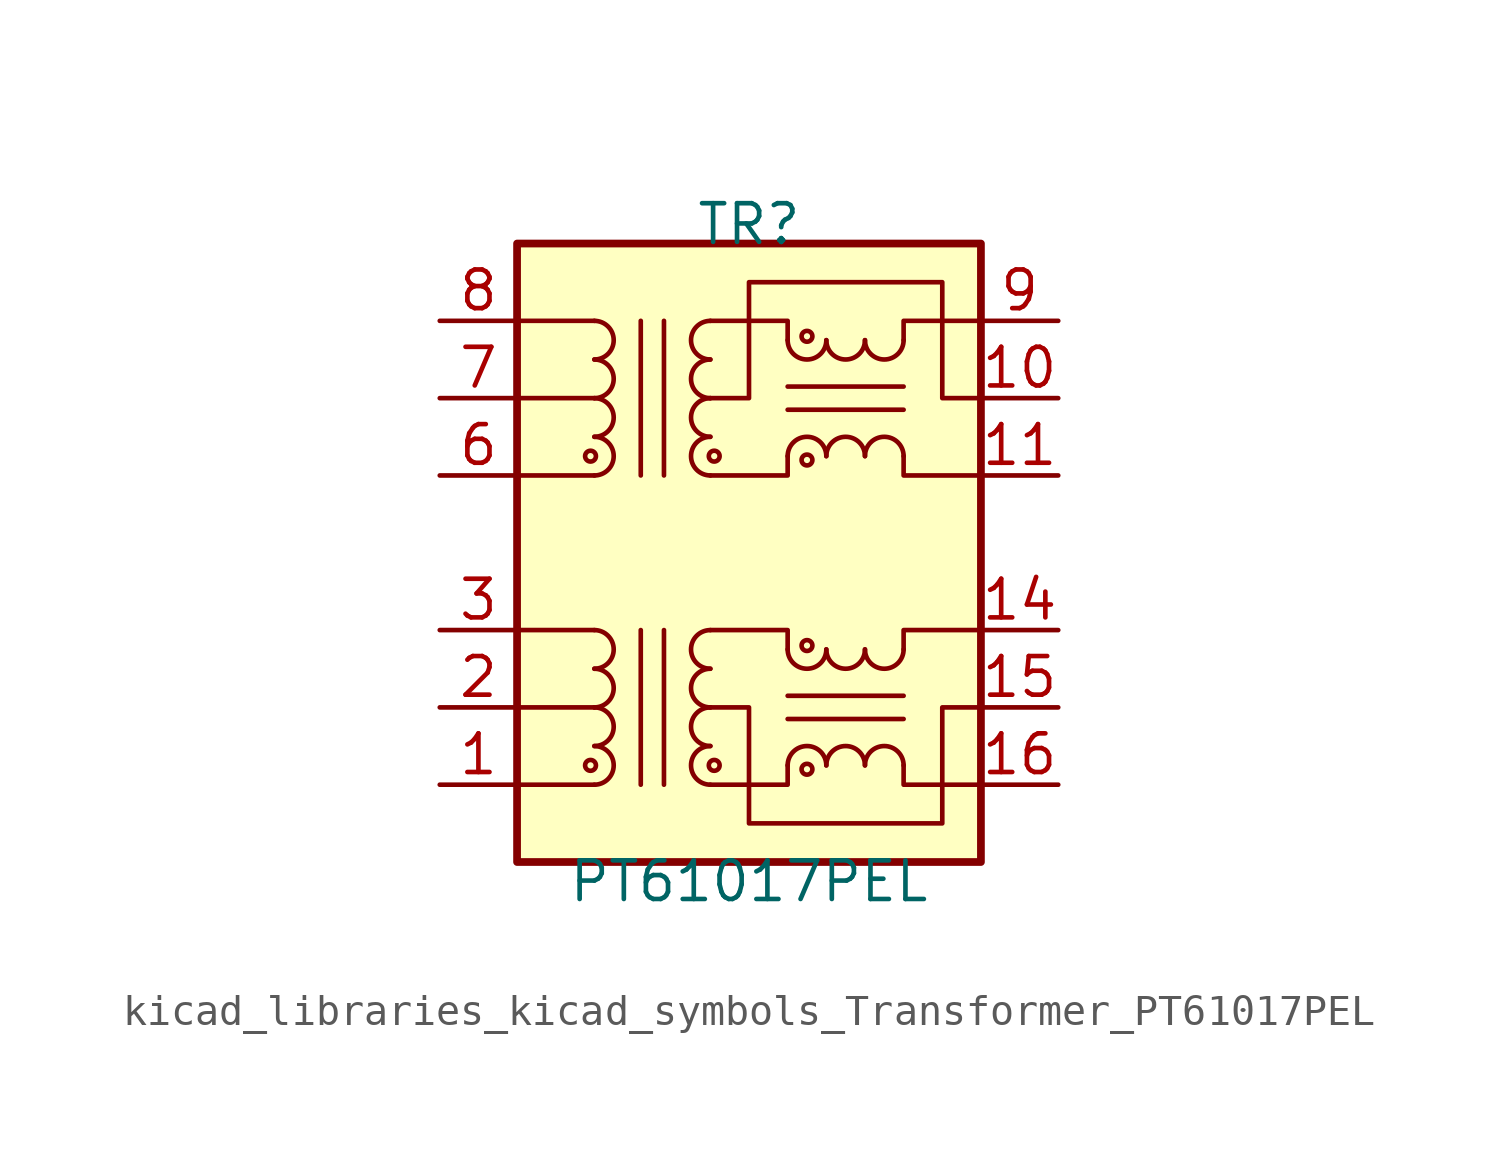
<source format=kicad_sym>
(kicad_symbol_lib
  (version 20220914)
  (generator kicad_symbol_editor)
  (symbol "kicad_libraries_kicad_symbols_Transformer_PT61017PEL"
    (pin_names hide)
    (property "Reference" "TR"
      (at 0 10.795 0)
      (effects (font (size 1.27 1.27))))
    (property "Value" "PT61017PEL"
      (at 0 -10.795 0)
      (effects (font (size 1.27 1.27))))
    (symbol "kicad_libraries_kicad_symbols_Transformer_PT61017PEL_0_1"
      (rectangle (start -7.62 10.16) (end 7.62 -10.16) (stroke (width 0.254) (type default)) (fill (type background)))
      (circle (center -5.207 3.175) (radius 0.178) (stroke (width 0) (type default)) (fill (type none)))
      (arc (start -5.08 6.35) (mid -4.4477 6.985) (end -5.08 7.62) (stroke (width 0) (type default)) (fill (type none)))
      (polyline (pts (xy -5.08 2.54) (xy -7.62 2.54)) (stroke (width 0) (type default)) (fill (type none)))
      (polyline (pts (xy -5.08 5.08) (xy -7.62 5.08)) (stroke (width 0) (type default)) (fill (type none)))
      (polyline (pts (xy -5.08 7.62) (xy -7.62 7.62)) (stroke (width 0) (type default)) (fill (type none)))
      (polyline (pts (xy -3.556 -2.54) (xy -3.556 -7.62)) (stroke (width 0) (type default)) (fill (type none)))
      (polyline (pts (xy -3.556 2.54) (xy -3.556 7.62)) (stroke (width 0) (type default)) (fill (type none)))
      (polyline (pts (xy -2.794 -7.62) (xy -2.794 -2.54)) (stroke (width 0) (type default)) (fill (type none)))
      (polyline (pts (xy -2.794 7.62) (xy -2.794 2.54)) (stroke (width 0) (type default)) (fill (type none)))
      (polyline (pts (xy 1.27 4.699) (xy 5.08 4.699)) (stroke (width 0) (type default)) (fill (type none)))
      (polyline (pts (xy 1.27 5.461) (xy 5.08 5.461)) (stroke (width 0) (type default)) (fill (type none)))
      (polyline (pts (xy -1.27 2.54) (xy 1.27 2.54) (xy 1.27 3.175)) (stroke (width 0) (type default)) (fill (type none)))
      (polyline (pts (xy 1.27 6.985) (xy 1.27 7.62) (xy -1.27 7.62)) (stroke (width 0) (type default)) (fill (type none)))
      (polyline (pts (xy 5.08 3.175) (xy 5.08 2.54) (xy 7.62 2.54)) (stroke (width 0) (type default)) (fill (type none)))
      (polyline (pts (xy 5.08 6.985) (xy 5.08 7.62) (xy 7.62 7.62)) (stroke (width 0) (type default)) (fill (type none)))
      (polyline (pts (xy -1.27 5.08) (xy 0 5.08) (xy 0 8.89) (xy 6.35 8.89) (xy 6.35 5.08) (xy 7.62 5.08)) (stroke (width 0) (type default)) (fill (type none))))
    (symbol "kicad_libraries_kicad_symbols_Transformer_PT61017PEL_1_1"
      (circle (center -5.207 -6.985) (radius 0.178) (stroke (width 0) (type default)) (fill (type none)))
      (arc (start -5.08 -7.62) (mid -4.4477 -6.985) (end -5.08 -6.35) (stroke (width 0) (type default)) (fill (type none)))
      (arc (start -5.08 -6.35) (mid -4.4477 -5.715) (end -5.08 -5.08) (stroke (width 0) (type default)) (fill (type none)))
      (arc (start -5.08 -5.08) (mid -4.4477 -4.445) (end -5.08 -3.81) (stroke (width 0) (type default)) (fill (type none)))
      (arc (start -5.08 -3.81) (mid -4.4477 -3.175) (end -5.08 -2.54) (stroke (width 0) (type default)) (fill (type none)))
      (arc (start -5.08 2.54) (mid -4.4477 3.175) (end -5.08 3.81) (stroke (width 0) (type default)) (fill (type none)))
      (arc (start -5.08 3.81) (mid -4.4477 4.445) (end -5.08 5.08) (stroke (width 0) (type default)) (fill (type none)))
      (arc (start -5.08 5.08) (mid -4.4477 5.715) (end -5.08 6.35) (stroke (width 0) (type default)) (fill (type none)))
      (arc (start -1.27 -6.35) (mid -1.9023 -6.985) (end -1.27 -7.62) (stroke (width 0) (type default)) (fill (type none)))
      (arc (start -1.27 -5.08) (mid -1.9023 -5.715) (end -1.27 -6.35) (stroke (width 0) (type default)) (fill (type none)))
      (arc (start -1.27 -3.81) (mid -1.9023 -4.445) (end -1.27 -5.08) (stroke (width 0) (type default)) (fill (type none)))
      (arc (start -1.27 -2.54) (mid -1.9023 -3.175) (end -1.27 -3.81) (stroke (width 0) (type default)) (fill (type none)))
      (arc (start -1.27 3.81) (mid -1.9023 3.175) (end -1.27 2.54) (stroke (width 0) (type default)) (fill (type none)))
      (arc (start -1.27 5.08) (mid -1.9023 4.445) (end -1.27 3.81) (stroke (width 0) (type default)) (fill (type none)))
      (arc (start -1.27 6.35) (mid -1.9023 5.715) (end -1.27 5.08) (stroke (width 0) (type default)) (fill (type none)))
      (arc (start -1.27 7.62) (mid -1.9023 6.985) (end -1.27 6.35) (stroke (width 0) (type default)) (fill (type none)))
      (circle (center -1.143 -6.985) (radius 0.178) (stroke (width 0) (type default)) (fill (type none)))
      (circle (center -1.143 3.175) (radius 0.178) (stroke (width 0) (type default)) (fill (type none)))
      (polyline (pts (xy -5.08 -7.62) (xy -7.62 -7.62)) (stroke (width 0) (type default)) (fill (type none)))
      (polyline (pts (xy -5.08 -5.08) (xy -7.62 -5.08)) (stroke (width 0) (type default)) (fill (type none)))
      (polyline (pts (xy -5.08 -2.54) (xy -7.62 -2.54)) (stroke (width 0) (type default)) (fill (type none)))
      (polyline (pts (xy 1.27 -5.461) (xy 5.08 -5.461)) (stroke (width 0) (type default)) (fill (type none)))
      (polyline (pts (xy 1.27 -4.699) (xy 5.08 -4.699)) (stroke (width 0) (type default)) (fill (type none)))
      (polyline (pts (xy -1.27 -7.62) (xy 1.27 -7.62) (xy 1.27 -6.985)) (stroke (width 0) (type default)) (fill (type none)))
      (polyline (pts (xy 1.27 -3.175) (xy 1.27 -2.54) (xy -1.27 -2.54)) (stroke (width 0) (type default)) (fill (type none)))
      (polyline (pts (xy 5.08 -6.985) (xy 5.08 -7.62) (xy 7.62 -7.62)) (stroke (width 0) (type default)) (fill (type none)))
      (polyline (pts (xy 5.08 -3.175) (xy 5.08 -2.54) (xy 7.62 -2.54)) (stroke (width 0) (type default)) (fill (type none)))
      (polyline (pts (xy 7.62 -5.08) (xy 6.35 -5.08) (xy 6.35 -8.89) (xy 0 -8.89) (xy 0 -5.08) (xy -1.27 -5.08)) (stroke (width 0) (type default)) (fill (type none)))
      (arc (start 1.27 -3.175) (mid 1.905 -3.8073) (end 2.54 -3.175) (stroke (width 0) (type default)) (fill (type none)))
      (arc (start 1.27 6.985) (mid 1.905 6.3527) (end 2.54 6.985) (stroke (width 0) (type default)) (fill (type none)))
      (circle (center 1.905 -7.112) (radius 0.178) (stroke (width 0) (type default)) (fill (type none)))
      (circle (center 1.905 -3.048) (radius 0.178) (stroke (width 0) (type default)) (fill (type none)))
      (circle (center 1.905 3.048) (radius 0.178) (stroke (width 0) (type default)) (fill (type none)))
      (circle (center 1.905 7.112) (radius 0.178) (stroke (width 0) (type default)) (fill (type none)))
      (arc (start 2.54 -6.985) (mid 1.905 -6.3527) (end 1.27 -6.985) (stroke (width 0) (type default)) (fill (type none)))
      (arc (start 2.54 -3.175) (mid 3.175 -3.8073) (end 3.81 -3.175) (stroke (width 0) (type default)) (fill (type none)))
      (arc (start 2.54 3.175) (mid 1.905 3.8073) (end 1.27 3.175) (stroke (width 0) (type default)) (fill (type none)))
      (arc (start 2.54 6.985) (mid 3.175 6.3527) (end 3.81 6.985) (stroke (width 0) (type default)) (fill (type none)))
      (arc (start 3.81 -6.985) (mid 3.175 -6.3527) (end 2.54 -6.985) (stroke (width 0) (type default)) (fill (type none)))
      (arc (start 3.81 -3.175) (mid 4.445 -3.8073) (end 5.08 -3.175) (stroke (width 0) (type default)) (fill (type none)))
      (arc (start 3.81 3.175) (mid 3.175 3.8073) (end 2.54 3.175) (stroke (width 0) (type default)) (fill (type none)))
      (arc (start 3.81 6.985) (mid 4.445 6.3527) (end 5.08 6.985) (stroke (width 0) (type default)) (fill (type none)))
      (arc (start 5.08 -6.985) (mid 4.445 -6.3527) (end 3.81 -6.985) (stroke (width 0) (type default)) (fill (type none)))
      (arc (start 5.08 3.175) (mid 4.445 3.8073) (end 3.81 3.175) (stroke (width 0) (type default)) (fill (type none)))
      (pin passive line (at -10.16 -7.62 0) (length 2.54) (name "TD+" (effects (font (size 1.27 1.27)))) (number "1" (effects (font (size 1.27 1.27)))))
      (pin passive line (at 10.16 5.08 180) (length 2.54) (name "C_RX" (effects (font (size 1.27 1.27)))) (number "10" (effects (font (size 1.27 1.27)))))
      (pin passive line (at 10.16 2.54 180) (length 2.54) (name "RX+" (effects (font (size 1.27 1.27)))) (number "11" (effects (font (size 1.27 1.27)))))
      (pin passive line (at 10.16 -2.54 180) (length 2.54) (name "TX-" (effects (font (size 1.27 1.27)))) (number "14" (effects (font (size 1.27 1.27)))))
      (pin passive line (at 10.16 -5.08 180) (length 2.54) (name "C_TX" (effects (font (size 1.27 1.27)))) (number "15" (effects (font (size 1.27 1.27)))))
      (pin passive line (at 10.16 -7.62 180) (length 2.54) (name "TX+" (effects (font (size 1.27 1.27)))) (number "16" (effects (font (size 1.27 1.27)))))
      (pin passive line (at -10.16 -5.08 0) (length 2.54) (name "C_TD" (effects (font (size 1.27 1.27)))) (number "2" (effects (font (size 1.27 1.27)))))
      (pin passive line (at -10.16 -2.54 0) (length 2.54) (name "TD-" (effects (font (size 1.27 1.27)))) (number "3" (effects (font (size 1.27 1.27)))))
      (pin passive line (at -10.16 2.54 0) (length 2.54) (name "RD+" (effects (font (size 1.27 1.27)))) (number "6" (effects (font (size 1.27 1.27)))))
      (pin passive line (at -10.16 5.08 0) (length 2.54) (name "C_RD" (effects (font (size 1.27 1.27)))) (number "7" (effects (font (size 1.27 1.27)))))
      (pin passive line (at -10.16 7.62 0) (length 2.54) (name "RD-" (effects (font (size 1.27 1.27)))) (number "8" (effects (font (size 1.27 1.27)))))
      (pin passive line (at 10.16 7.62 180) (length 2.54) (name "RX-" (effects (font (size 1.27 1.27)))) (number "9" (effects (font (size 1.27 1.27))))))))
</source>
